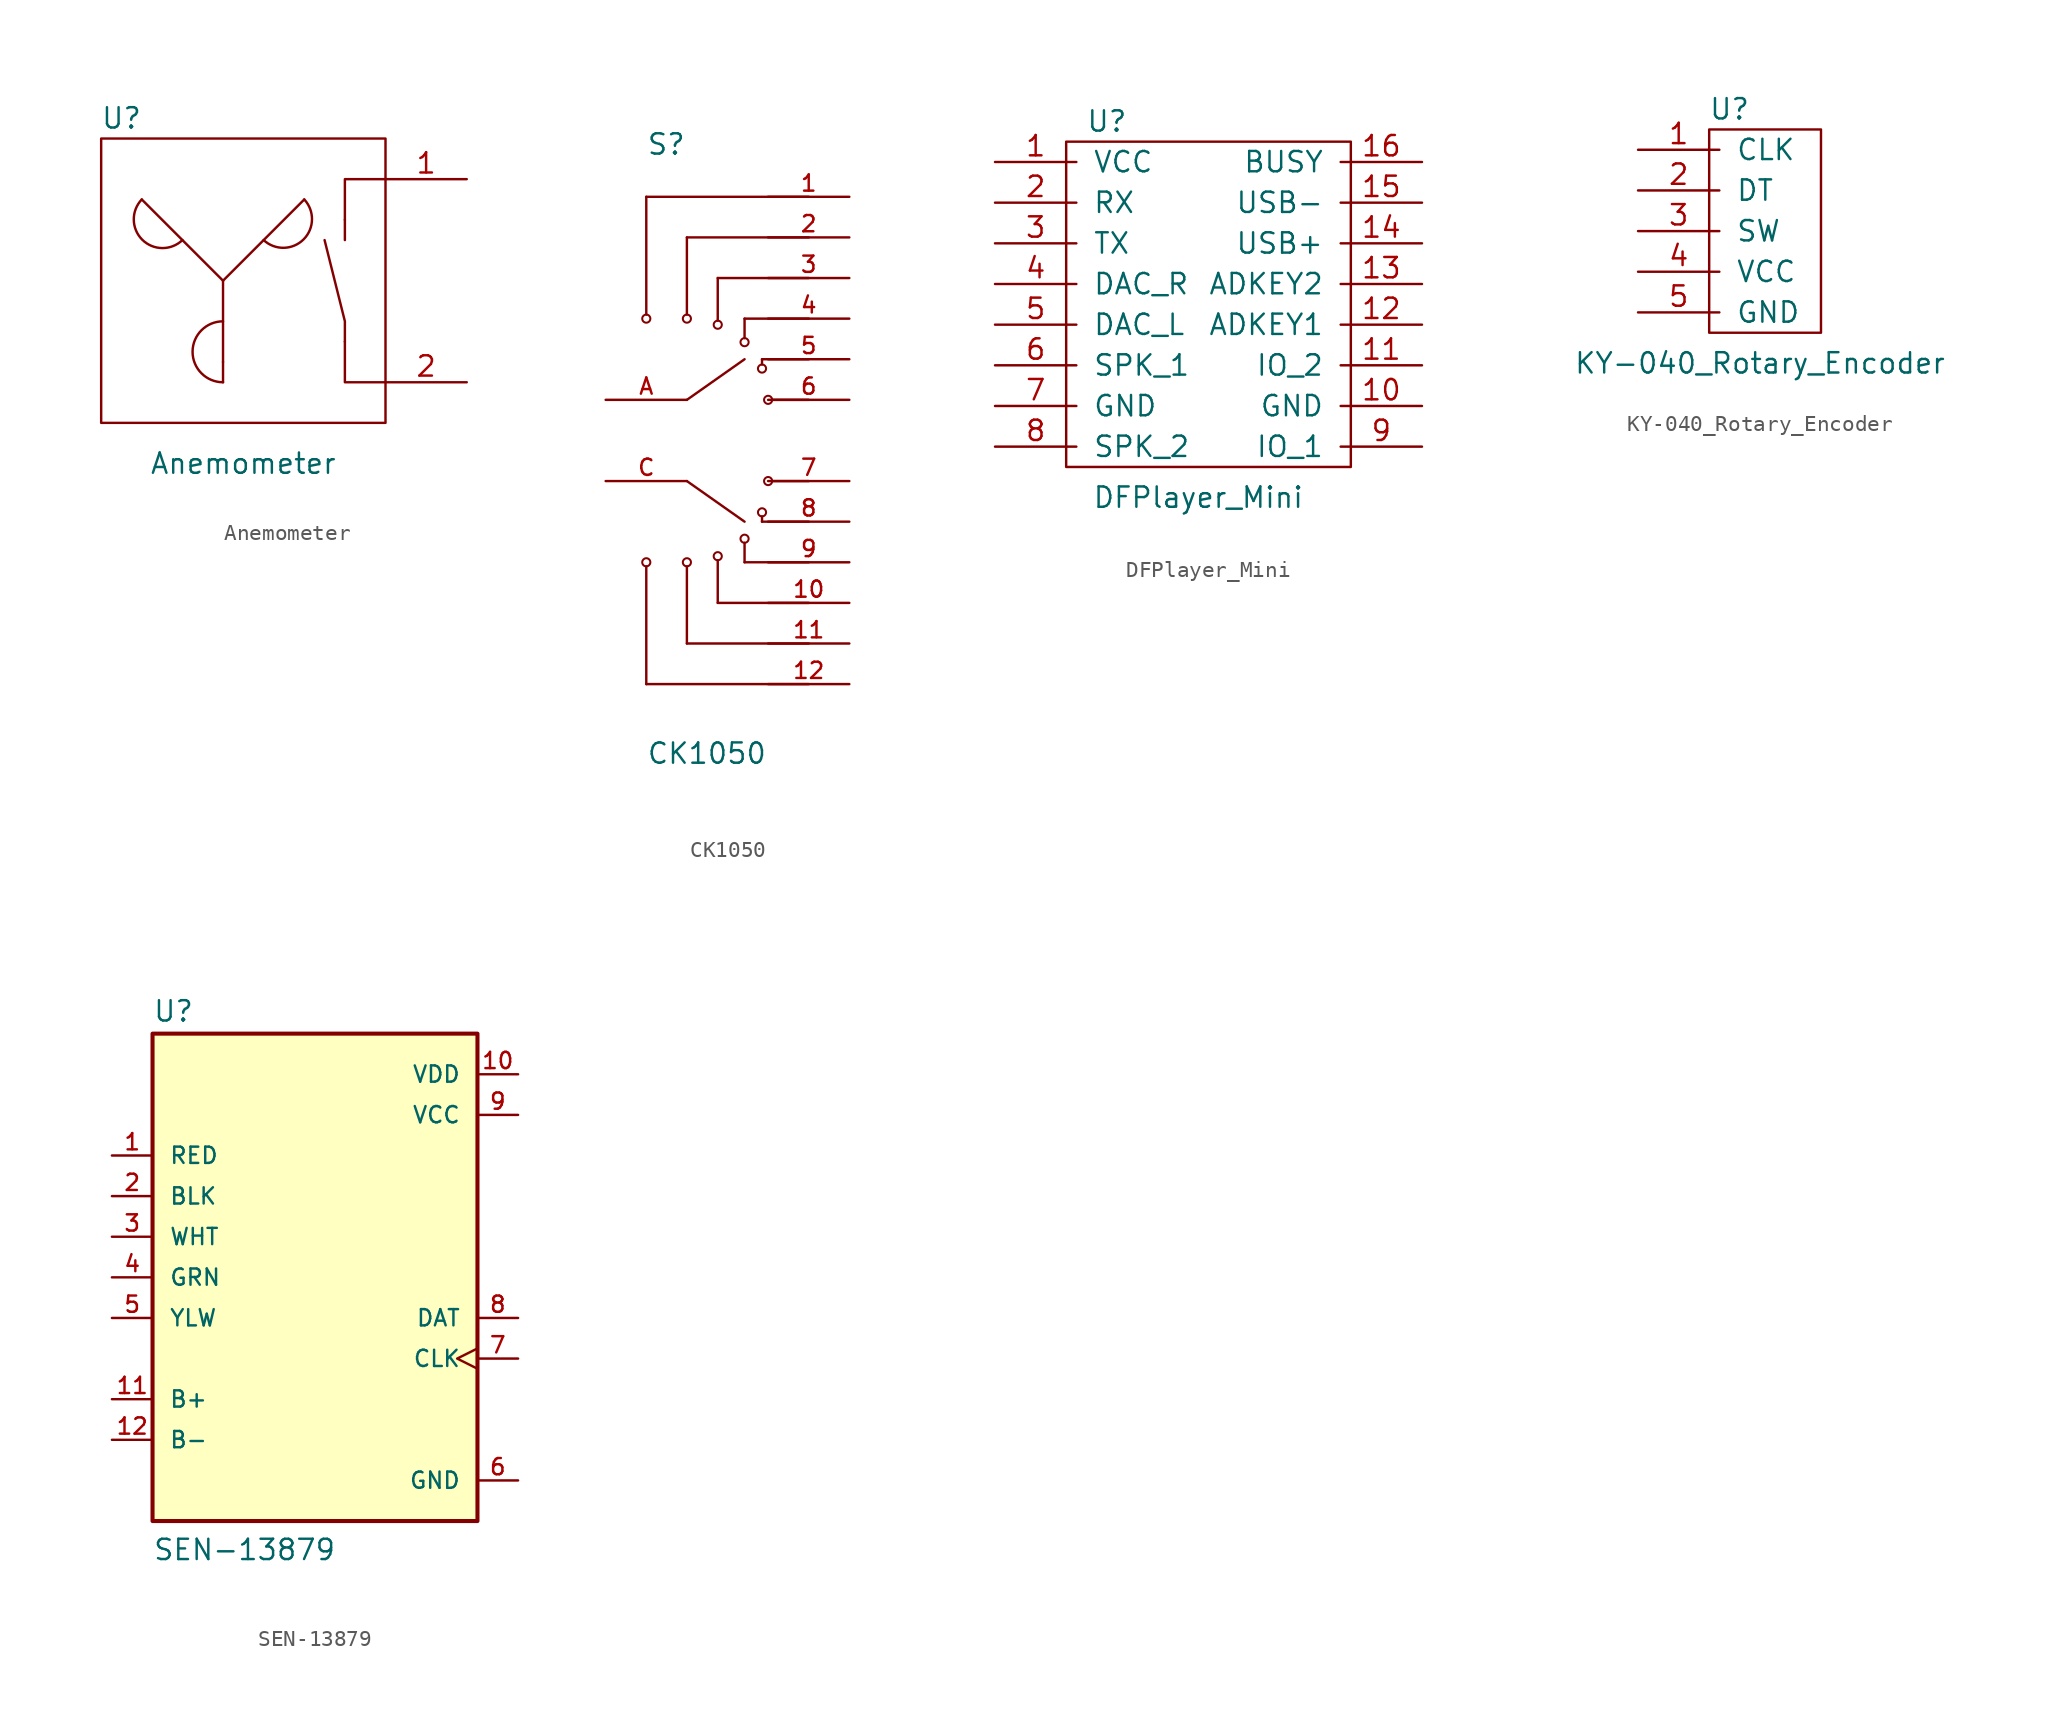
<source format=kicad_sym>
(kicad_symbol_lib
  (version 20211014)
  (generator kicad_symbol_editor)
  (symbol "Anemometer"
    (pin_names
      (offset 1.016) hide)
    (property "Reference" "U"
      (at -6.35 10.16 0)
      (effects (font (size 1.27 1.27))))
    (property "Value" "Anemometer"
      (at 1.27 -11.43 0)
      (effects (font (size 1.27 1.27))))
    (symbol "Anemometer_0_1"
      (arc (start -5.08 5.08) (mid -5.0549 2.5651) (end -2.54 2.54) (stroke (width 0) (type default) (color 0 0 0 0)) (fill (type none)))
      (arc (start 0 -2.54) (mid -1.905 -4.445) (end 0 -6.35) (stroke (width 0) (type default) (color 0 0 0 0)) (fill (type none)))
      (polyline (pts (xy 0 -5.08) (xy 0 -6.35)) (stroke (width 0) (type default) (color 0 0 0 0)) (fill (type none)))
      (polyline (pts (xy 0 0) (xy -5.08 5.08)) (stroke (width 0) (type default) (color 0 0 0 0)) (fill (type none)))
      (polyline (pts (xy 0 0) (xy 0 -5.08)) (stroke (width 0) (type default) (color 0 0 0 0)) (fill (type none)))
      (polyline (pts (xy 0 0) (xy 5.08 5.08)) (stroke (width 0) (type default) (color 0 0 0 0)) (fill (type none)))
      (polyline (pts (xy 7.62 2.54) (xy 7.62 3.81)) (stroke (width 0) (type default) (color 0 0 0 0)) (fill (type none)))
      (polyline (pts (xy 7.62 -3.81) (xy 7.62 -2.54) (xy 6.35 2.54)) (stroke (width 0) (type default) (color 0 0 0 0)) (fill (type none)))
      (polyline (pts (xy 10.16 -6.35) (xy 7.62 -6.35) (xy 7.62 -3.81)) (stroke (width 0) (type default) (color 0 0 0 0)) (fill (type none)))
      (polyline (pts (xy 10.16 6.35) (xy 7.62 6.35) (xy 7.62 3.81)) (stroke (width 0) (type default) (color 0 0 0 0)) (fill (type none)))
      (arc (start 2.54 2.54) (mid 4.9711 2.5185) (end 5.08 5.08) (stroke (width 0) (type default) (color 0 0 0 0)) (fill (type none)))
      (rectangle (start 10.16 8.89) (end -7.62 -8.89) (stroke (width 0) (type default) (color 0 0 0 0)) (fill (type none))))
    (symbol "Anemometer_1_1"
      (pin input line (at 15.24 6.35 180) (length 5.08) (name "Input" (effects (font (size 1.27 1.27)))) (number "1" (effects (font (size 1.27 1.27)))))
      (pin output line (at 15.24 -6.35 180) (length 5.08) (name "Output" (effects (font (size 1.27 1.27)))) (number "2" (effects (font (size 1.27 1.27)))))))
  (symbol "CK1050"
    (pin_names
      (offset 1.016) hide)
    (property "Reference" "S"
      (at -5.08 17.78 0)
      (effects (font (size 1.27 1.27)) (justify left bottom)))
    (property "Value" "CK1050"
      (at -5.08 -20.32 0)
      (effects (font (size 1.27 1.27)) (justify left bottom)))
    (property "ki_locked" ""
      (at 0 0 0)
      (effects (font (size 1.27 1.27))))
    (symbol "CK1050_0_0"
      (circle (center -5.08 -7.62) (radius 0.254) (stroke (width 0.127) (type default) (color 0 0 0 0)) (fill (type none)))
      (circle (center -5.08 7.62) (radius 0.254) (stroke (width 0.127) (type default) (color 0 0 0 0)) (fill (type none)))
      (circle (center -2.54 -7.62) (radius 0.254) (stroke (width 0.127) (type default) (color 0 0 0 0)) (fill (type none)))
      (circle (center -2.54 7.62) (radius 0.254) (stroke (width 0.127) (type default) (color 0 0 0 0)) (fill (type none)))
      (circle (center -0.61 -7.239) (radius 0.254) (stroke (width 0.127) (type default) (color 0 0 0 0)) (fill (type none)))
      (circle (center -0.61 7.239) (radius 0.254) (stroke (width 0.127) (type default) (color 0 0 0 0)) (fill (type none)))
      (polyline (pts (xy -5.08 -15.24) (xy -5.08 -7.874)) (stroke (width 0.152) (type default) (color 0 0 0 0)) (fill (type none)))
      (polyline (pts (xy -5.08 15.24) (xy -5.08 7.874)) (stroke (width 0.152) (type default) (color 0 0 0 0)) (fill (type none)))
      (polyline (pts (xy -2.54 -12.7) (xy -2.54 -7.874)) (stroke (width 0.152) (type default) (color 0 0 0 0)) (fill (type none)))
      (polyline (pts (xy -2.54 -2.54) (xy 1.067 -5.08)) (stroke (width 0.152) (type default) (color 0 0 0 0)) (fill (type none)))
      (polyline (pts (xy -2.54 2.54) (xy 1.067 5.08)) (stroke (width 0.152) (type default) (color 0 0 0 0)) (fill (type none)))
      (polyline (pts (xy -2.54 12.7) (xy -2.54 7.874)) (stroke (width 0.152) (type default) (color 0 0 0 0)) (fill (type none)))
      (polyline (pts (xy -0.61 -10.16) (xy -0.61 -7.493)) (stroke (width 0.152) (type default) (color 0 0 0 0)) (fill (type none)))
      (polyline (pts (xy -0.61 10.16) (xy -0.61 7.493)) (stroke (width 0.152) (type default) (color 0 0 0 0)) (fill (type none)))
      (polyline (pts (xy 1.067 -7.62) (xy 1.067 -6.401)) (stroke (width 0.152) (type default) (color 0 0 0 0)) (fill (type none)))
      (polyline (pts (xy 1.067 7.62) (xy 1.067 6.401)) (stroke (width 0.152) (type default) (color 0 0 0 0)) (fill (type none)))
      (polyline (pts (xy 2.159 -5.08) (xy 2.159 -4.75)) (stroke (width 0.152) (type default) (color 0 0 0 0)) (fill (type none)))
      (polyline (pts (xy 2.159 5.08) (xy 2.159 4.75)) (stroke (width 0.152) (type default) (color 0 0 0 0)) (fill (type none)))
      (polyline (pts (xy 5.08 -15.24) (xy -5.08 -15.24)) (stroke (width 0.152) (type default) (color 0 0 0 0)) (fill (type none)))
      (polyline (pts (xy 5.08 -12.7) (xy -2.54 -12.7)) (stroke (width 0.152) (type default) (color 0 0 0 0)) (fill (type none)))
      (polyline (pts (xy 5.08 -10.16) (xy -0.61 -10.16)) (stroke (width 0.152) (type default) (color 0 0 0 0)) (fill (type none)))
      (polyline (pts (xy 5.08 -7.62) (xy 1.067 -7.62)) (stroke (width 0.152) (type default) (color 0 0 0 0)) (fill (type none)))
      (polyline (pts (xy 5.08 -5.08) (xy 2.159 -5.08)) (stroke (width 0.152) (type default) (color 0 0 0 0)) (fill (type none)))
      (polyline (pts (xy 5.08 -2.54) (xy 2.794 -2.54)) (stroke (width 0.152) (type default) (color 0 0 0 0)) (fill (type none)))
      (polyline (pts (xy 5.08 2.54) (xy 2.794 2.54)) (stroke (width 0.152) (type default) (color 0 0 0 0)) (fill (type none)))
      (polyline (pts (xy 5.08 5.08) (xy 2.159 5.08)) (stroke (width 0.152) (type default) (color 0 0 0 0)) (fill (type none)))
      (polyline (pts (xy 5.08 7.62) (xy 1.067 7.62)) (stroke (width 0.152) (type default) (color 0 0 0 0)) (fill (type none)))
      (polyline (pts (xy 5.08 10.16) (xy -0.61 10.16)) (stroke (width 0.152) (type default) (color 0 0 0 0)) (fill (type none)))
      (polyline (pts (xy 5.08 12.7) (xy -2.54 12.7)) (stroke (width 0.152) (type default) (color 0 0 0 0)) (fill (type none)))
      (polyline (pts (xy 5.08 15.24) (xy -5.08 15.24)) (stroke (width 0.152) (type default) (color 0 0 0 0)) (fill (type none)))
      (circle (center 1.067 -6.147) (radius 0.254) (stroke (width 0.127) (type default) (color 0 0 0 0)) (fill (type none)))
      (circle (center 1.067 6.147) (radius 0.254) (stroke (width 0.127) (type default) (color 0 0 0 0)) (fill (type none)))
      (circle (center 2.159 -4.496) (radius 0.254) (stroke (width 0.127) (type default) (color 0 0 0 0)) (fill (type none)))
      (circle (center 2.159 4.496) (radius 0.254) (stroke (width 0.127) (type default) (color 0 0 0 0)) (fill (type none)))
      (circle (center 2.54 -2.54) (radius 0.254) (stroke (width 0.127) (type default) (color 0 0 0 0)) (fill (type none)))
      (circle (center 2.54 2.54) (radius 0.254) (stroke (width 0.127) (type default) (color 0 0 0 0)) (fill (type none)))
      (pin passive line (at 7.62 15.24 180) (length 5.08) (name "~" (effects (font (size 1.016 1.016)))) (number "1" (effects (font (size 1.016 1.016)))))
      (pin passive line (at 7.62 -10.16 180) (length 5.08) (name "~" (effects (font (size 1.016 1.016)))) (number "10" (effects (font (size 1.016 1.016)))))
      (pin passive line (at 7.62 -12.7 180) (length 5.08) (name "~" (effects (font (size 1.016 1.016)))) (number "11" (effects (font (size 1.016 1.016)))))
      (pin passive line (at 7.62 -15.24 180) (length 5.08) (name "~" (effects (font (size 1.016 1.016)))) (number "12" (effects (font (size 1.016 1.016)))))
      (pin passive line (at 7.62 12.7 180) (length 5.08) (name "~" (effects (font (size 1.016 1.016)))) (number "2" (effects (font (size 1.016 1.016)))))
      (pin passive line (at 7.62 10.16 180) (length 5.08) (name "~" (effects (font (size 1.016 1.016)))) (number "3" (effects (font (size 1.016 1.016)))))
      (pin passive line (at 7.62 7.62 180) (length 5.08) (name "~" (effects (font (size 1.016 1.016)))) (number "4" (effects (font (size 1.016 1.016)))))
      (pin passive line (at 7.62 5.08 180) (length 5.08) (name "~" (effects (font (size 1.016 1.016)))) (number "5" (effects (font (size 1.016 1.016)))))
      (pin passive line (at 7.62 2.54 180) (length 5.08) (name "~" (effects (font (size 1.016 1.016)))) (number "6" (effects (font (size 1.016 1.016)))))
      (pin passive line (at 7.62 -2.54 180) (length 5.08) (name "~" (effects (font (size 1.016 1.016)))) (number "7" (effects (font (size 1.016 1.016)))))
      (pin passive line (at 7.62 -5.08 180) (length 5.08) (name "~" (effects (font (size 1.016 1.016)))) (number "8" (effects (font (size 1.016 1.016)))))
      (pin passive line (at 7.62 -7.62 180) (length 5.08) (name "~" (effects (font (size 1.016 1.016)))) (number "9" (effects (font (size 1.016 1.016)))))
      (pin passive line (at -7.62 2.54 0) (length 5.08) (name "~" (effects (font (size 1.016 1.016)))) (number "A" (effects (font (size 1.016 1.016)))))
      (pin passive line (at -7.62 -2.54 0) (length 5.08) (name "~" (effects (font (size 1.016 1.016)))) (number "C" (effects (font (size 1.016 1.016)))))))
  (symbol "DFPlayer_Mini"
    (pin_names
      (offset 1.016))
    (property "Reference" "U"
      (at 6.985 2.54 0)
      (effects (font (size 1.27 1.27))))
    (property "Value" "DFPlayer_Mini"
      (at 12.7 -20.955 0)
      (effects (font (size 1.27 1.27))))
    (symbol "DFPlayer_Mini_0_1"
      (polyline (pts (xy 4.445 1.27) (xy 4.445 -19.05) (xy 22.225 -19.05) (xy 22.225 1.27) (xy 4.445 1.27)) (stroke (width 0) (type default) (color 0 0 0 0)) (fill (type none))))
    (symbol "DFPlayer_Mini_1_1"
      (pin power_in line (at 0 0 0) (length 5.08) (name "VCC" (effects (font (size 1.27 1.27)))) (number "1" (effects (font (size 1.27 1.27)))))
      (pin power_in line (at 26.67 -15.24 180) (length 5.08) (name "GND" (effects (font (size 1.27 1.27)))) (number "10" (effects (font (size 1.27 1.27)))))
      (pin input line (at 26.67 -12.7 180) (length 5.08) (name "IO_2" (effects (font (size 1.27 1.27)))) (number "11" (effects (font (size 1.27 1.27)))))
      (pin input line (at 26.67 -10.16 180) (length 5.08) (name "ADKEY1" (effects (font (size 1.27 1.27)))) (number "12" (effects (font (size 1.27 1.27)))))
      (pin input line (at 26.67 -7.62 180) (length 5.08) (name "ADKEY2" (effects (font (size 1.27 1.27)))) (number "13" (effects (font (size 1.27 1.27)))))
      (pin bidirectional line (at 26.67 -5.08 180) (length 5.08) (name "USB+" (effects (font (size 1.27 1.27)))) (number "14" (effects (font (size 1.27 1.27)))))
      (pin bidirectional line (at 26.67 -2.54 180) (length 5.08) (name "USB-" (effects (font (size 1.27 1.27)))) (number "15" (effects (font (size 1.27 1.27)))))
      (pin output line (at 26.67 0 180) (length 5.08) (name "BUSY" (effects (font (size 1.27 1.27)))) (number "16" (effects (font (size 1.27 1.27)))))
      (pin input line (at 0 -2.54 0) (length 5.08) (name "RX" (effects (font (size 1.27 1.27)))) (number "2" (effects (font (size 1.27 1.27)))))
      (pin output line (at 0 -5.08 0) (length 5.08) (name "TX" (effects (font (size 1.27 1.27)))) (number "3" (effects (font (size 1.27 1.27)))))
      (pin output line (at 0 -7.62 0) (length 5.08) (name "DAC_R" (effects (font (size 1.27 1.27)))) (number "4" (effects (font (size 1.27 1.27)))))
      (pin output line (at 0 -10.16 0) (length 5.08) (name "DAC_L" (effects (font (size 1.27 1.27)))) (number "5" (effects (font (size 1.27 1.27)))))
      (pin output line (at 0 -12.7 0) (length 5.08) (name "SPK_1" (effects (font (size 1.27 1.27)))) (number "6" (effects (font (size 1.27 1.27)))))
      (pin power_in line (at 0 -15.24 0) (length 5.08) (name "GND" (effects (font (size 1.27 1.27)))) (number "7" (effects (font (size 1.27 1.27)))))
      (pin output line (at 0 -17.78 0) (length 5.08) (name "SPK_2" (effects (font (size 1.27 1.27)))) (number "8" (effects (font (size 1.27 1.27)))))
      (pin input line (at 26.67 -17.78 180) (length 5.08) (name "IO_1" (effects (font (size 1.27 1.27)))) (number "9" (effects (font (size 1.27 1.27)))))))
  (symbol "KY-040_Rotary_Encoder"
    (pin_names
      (offset 1.016))
    (property "Reference" "U"
      (at 0.635 2.54 0)
      (effects (font (size 1.27 1.27))))
    (property "Value" "KY-040_Rotary_Encoder"
      (at 2.54 -13.335 0)
      (effects (font (size 1.27 1.27))))
    (symbol "KY-040_Rotary_Encoder_0_1"
      (rectangle (start -0.635 -11.43) (end 6.35 1.27) (stroke (width 0) (type default) (color 0 0 0 0)) (fill (type none))))
    (symbol "KY-040_Rotary_Encoder_1_1"
      (pin output line (at -5.08 0 0) (length 5.08) (name "CLK" (effects (font (size 1.27 1.27)))) (number "1" (effects (font (size 1.27 1.27)))))
      (pin output line (at -5.08 -2.54 0) (length 5.08) (name "DT" (effects (font (size 1.27 1.27)))) (number "2" (effects (font (size 1.27 1.27)))))
      (pin output line (at -5.08 -5.08 0) (length 5.08) (name "SW" (effects (font (size 1.27 1.27)))) (number "3" (effects (font (size 1.27 1.27)))))
      (pin power_in line (at -5.08 -7.62 0) (length 5.08) (name "VCC" (effects (font (size 1.27 1.27)))) (number "4" (effects (font (size 1.27 1.27)))))
      (pin power_in line (at -5.08 -10.16 0) (length 5.08) (name "GND" (effects (font (size 1.27 1.27)))) (number "5" (effects (font (size 1.27 1.27)))))))
  (symbol "SEN-13879"
    (pin_names
      (offset 1.016))
    (property "Reference" "U"
      (at -10.16 15.9 0)
      (effects (font (size 1.27 1.27)) (justify left bottom)))
    (property "Value" "SEN-13879"
      (at -10.16 -17.78 0)
      (effects (font (size 1.27 1.27)) (justify left bottom)))
    (property "ki_locked" ""
      (at 0 0 0)
      (effects (font (size 1.27 1.27))))
    (symbol "SEN-13879_0_0"
      (rectangle (start -10.16 -15.24) (end 10.16 15.24) (stroke (width 0.254) (type default) (color 0 0 0 0)) (fill (type background)))
      (pin bidirectional line (at -12.7 7.62 0) (length 2.54) (name "RED" (effects (font (size 1.016 1.016)))) (number "1" (effects (font (size 1.016 1.016)))))
      (pin power_in line (at 12.7 12.7 180) (length 2.54) (name "VDD" (effects (font (size 1.016 1.016)))) (number "10" (effects (font (size 1.016 1.016)))))
      (pin input line (at -12.7 -7.62 0) (length 2.54) (name "B+" (effects (font (size 1.016 1.016)))) (number "11" (effects (font (size 1.016 1.016)))))
      (pin input line (at -12.7 -10.16 0) (length 2.54) (name "B-" (effects (font (size 1.016 1.016)))) (number "12" (effects (font (size 1.016 1.016)))))
      (pin bidirectional line (at -12.7 5.08 0) (length 2.54) (name "BLK" (effects (font (size 1.016 1.016)))) (number "2" (effects (font (size 1.016 1.016)))))
      (pin input line (at -12.7 2.54 0) (length 2.54) (name "WHT" (effects (font (size 1.016 1.016)))) (number "3" (effects (font (size 1.016 1.016)))))
      (pin input line (at -12.7 0 0) (length 2.54) (name "GRN" (effects (font (size 1.016 1.016)))) (number "4" (effects (font (size 1.016 1.016)))))
      (pin bidirectional line (at -12.7 -2.54 0) (length 2.54) (name "YLW" (effects (font (size 1.016 1.016)))) (number "5" (effects (font (size 1.016 1.016)))))
      (pin power_in line (at 12.7 -12.7 180) (length 2.54) (name "GND" (effects (font (size 1.016 1.016)))) (number "6" (effects (font (size 1.016 1.016)))))
      (pin input clock (at 12.7 -5.08 180) (length 2.54) (name "CLK" (effects (font (size 1.016 1.016)))) (number "7" (effects (font (size 1.016 1.016)))))
      (pin output line (at 12.7 -2.54 180) (length 2.54) (name "DAT" (effects (font (size 1.016 1.016)))) (number "8" (effects (font (size 1.016 1.016)))))
      (pin power_in line (at 12.7 10.16 180) (length 2.54) (name "VCC" (effects (font (size 1.016 1.016)))) (number "9" (effects (font (size 1.016 1.016))))))))
</source>
